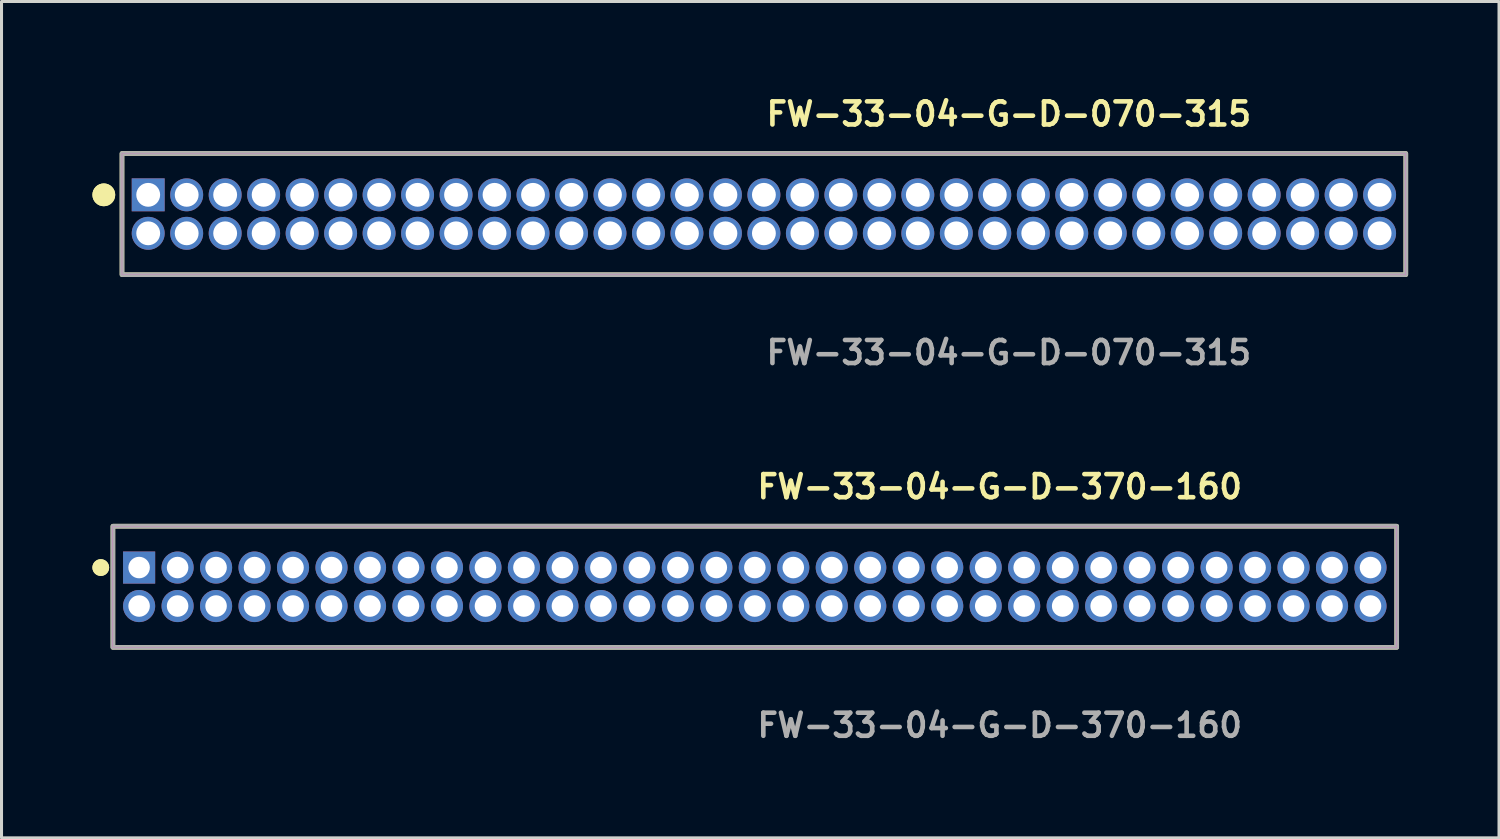
<source format=kicad_pcb>
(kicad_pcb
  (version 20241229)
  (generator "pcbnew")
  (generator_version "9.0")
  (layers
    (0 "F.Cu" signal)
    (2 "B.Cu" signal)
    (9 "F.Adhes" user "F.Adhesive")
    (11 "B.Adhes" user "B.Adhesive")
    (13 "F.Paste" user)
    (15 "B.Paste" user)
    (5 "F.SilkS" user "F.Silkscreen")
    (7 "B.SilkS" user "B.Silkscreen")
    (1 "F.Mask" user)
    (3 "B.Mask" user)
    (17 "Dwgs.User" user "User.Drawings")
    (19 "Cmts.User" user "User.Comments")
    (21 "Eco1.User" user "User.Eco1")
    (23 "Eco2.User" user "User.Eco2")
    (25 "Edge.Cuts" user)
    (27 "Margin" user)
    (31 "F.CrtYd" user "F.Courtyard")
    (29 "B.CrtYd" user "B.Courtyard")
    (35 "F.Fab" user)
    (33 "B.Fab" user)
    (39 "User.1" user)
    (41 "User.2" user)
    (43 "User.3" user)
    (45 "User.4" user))
  (footprint "FW-33-04-G-D-370-160"
    (layer "F.Cu")
    (at 21.861 16.316)
    (property "Reference" "FW-33-04-G-D-370-160" (at 0 -3.302 0) (unlocked yes) (layer "F.SilkS") (effects (font (size 0.762 0.762) (thickness 0.152)) (justify left)))
    (fp_rect (start -21.185 2) (end 21.185 -2) (stroke (width 0.152) (type solid)) (fill no) (layer "F.SilkS"))
    (fp_circle (center -21.585 -0.635) (end -21.785 -0.635) (stroke (width 0.152) (type solid)) (fill yes) (layer "F.SilkS"))
    (fp_circle (center -21.585 -0.635) (end -21.785 -0.635) (stroke (width 0.152) (type solid)) (fill yes) (layer "F.SilkS"))
    (fp_rect (start -21.185 2) (end 21.185 -2) (stroke (width 0.006) (type solid)) (fill no) (layer "F.CrtYd"))
    (fp_rect (start -21.185 2) (end 21.185 -2) (stroke (width 0.152) (type solid)) (fill no) (layer "F.Fab"))
    (fp_text user "${REFERENCE}" (at 0 4.572 0) (unlocked yes) (layer "F.Fab") (effects (font (size 0.762 0.762) (thickness 0.152)) (justify left)))
    (pad "1" thru_hole rect (at -20.32 -0.635) (size 1.06 1.06) (drill 0.71) (layers "*.Cu" "*.Mask"))
    (pad "2" thru_hole circle (at -20.32 0.635) (size 1.06 1.06) (drill 0.71) (layers "*.Cu" "*.Mask"))
    (pad "3" thru_hole circle (at -19.05 -0.635) (size 1.06 1.06) (drill 0.71) (layers "*.Cu" "*.Mask"))
    (pad "4" thru_hole circle (at -19.05 0.635) (size 1.06 1.06) (drill 0.71) (layers "*.Cu" "*.Mask"))
    (pad "5" thru_hole circle (at -17.78 -0.635) (size 1.06 1.06) (drill 0.71) (layers "*.Cu" "*.Mask"))
    (pad "6" thru_hole circle (at -17.78 0.635) (size 1.06 1.06) (drill 0.71) (layers "*.Cu" "*.Mask"))
    (pad "7" thru_hole circle (at -16.51 -0.635) (size 1.06 1.06) (drill 0.71) (layers "*.Cu" "*.Mask"))
    (pad "8" thru_hole circle (at -16.51 0.635) (size 1.06 1.06) (drill 0.71) (layers "*.Cu" "*.Mask"))
    (pad "9" thru_hole circle (at -15.24 -0.635) (size 1.06 1.06) (drill 0.71) (layers "*.Cu" "*.Mask"))
    (pad "10" thru_hole circle (at -15.24 0.635) (size 1.06 1.06) (drill 0.71) (layers "*.Cu" "*.Mask"))
    (pad "11" thru_hole circle (at -13.97 -0.635) (size 1.06 1.06) (drill 0.71) (layers "*.Cu" "*.Mask"))
    (pad "12" thru_hole circle (at -13.97 0.635) (size 1.06 1.06) (drill 0.71) (layers "*.Cu" "*.Mask"))
    (pad "13" thru_hole circle (at -12.7 -0.635) (size 1.06 1.06) (drill 0.71) (layers "*.Cu" "*.Mask"))
    (pad "14" thru_hole circle (at -12.7 0.635) (size 1.06 1.06) (drill 0.71) (layers "*.Cu" "*.Mask"))
    (pad "15" thru_hole circle (at -11.43 -0.635) (size 1.06 1.06) (drill 0.71) (layers "*.Cu" "*.Mask"))
    (pad "16" thru_hole circle (at -11.43 0.635) (size 1.06 1.06) (drill 0.71) (layers "*.Cu" "*.Mask"))
    (pad "17" thru_hole circle (at -10.16 -0.635) (size 1.06 1.06) (drill 0.71) (layers "*.Cu" "*.Mask"))
    (pad "18" thru_hole circle (at -10.16 0.635) (size 1.06 1.06) (drill 0.71) (layers "*.Cu" "*.Mask"))
    (pad "19" thru_hole circle (at -8.89 -0.635) (size 1.06 1.06) (drill 0.71) (layers "*.Cu" "*.Mask"))
    (pad "20" thru_hole circle (at -8.89 0.635) (size 1.06 1.06) (drill 0.71) (layers "*.Cu" "*.Mask"))
    (pad "21" thru_hole circle (at -7.62 -0.635) (size 1.06 1.06) (drill 0.71) (layers "*.Cu" "*.Mask"))
    (pad "22" thru_hole circle (at -7.62 0.635) (size 1.06 1.06) (drill 0.71) (layers "*.Cu" "*.Mask"))
    (pad "23" thru_hole circle (at -6.35 -0.635) (size 1.06 1.06) (drill 0.71) (layers "*.Cu" "*.Mask"))
    (pad "24" thru_hole circle (at -6.35 0.635) (size 1.06 1.06) (drill 0.71) (layers "*.Cu" "*.Mask"))
    (pad "25" thru_hole circle (at -5.08 -0.635) (size 1.06 1.06) (drill 0.71) (layers "*.Cu" "*.Mask"))
    (pad "26" thru_hole circle (at -5.08 0.635) (size 1.06 1.06) (drill 0.71) (layers "*.Cu" "*.Mask"))
    (pad "27" thru_hole circle (at -3.81 -0.635) (size 1.06 1.06) (drill 0.71) (layers "*.Cu" "*.Mask"))
    (pad "28" thru_hole circle (at -3.81 0.635) (size 1.06 1.06) (drill 0.71) (layers "*.Cu" "*.Mask"))
    (pad "29" thru_hole circle (at -2.54 -0.635) (size 1.06 1.06) (drill 0.71) (layers "*.Cu" "*.Mask"))
    (pad "30" thru_hole circle (at -2.54 0.635) (size 1.06 1.06) (drill 0.71) (layers "*.Cu" "*.Mask"))
    (pad "31" thru_hole circle (at -1.27 -0.635) (size 1.06 1.06) (drill 0.71) (layers "*.Cu" "*.Mask"))
    (pad "32" thru_hole circle (at -1.27 0.635) (size 1.06 1.06) (drill 0.71) (layers "*.Cu" "*.Mask"))
    (pad "33" thru_hole circle (at 0 -0.635) (size 1.06 1.06) (drill 0.71) (layers "*.Cu" "*.Mask"))
    (pad "34" thru_hole circle (at 0 0.635) (size 1.06 1.06) (drill 0.71) (layers "*.Cu" "*.Mask"))
    (pad "35" thru_hole circle (at 1.27 -0.635) (size 1.06 1.06) (drill 0.71) (layers "*.Cu" "*.Mask"))
    (pad "36" thru_hole circle (at 1.27 0.635) (size 1.06 1.06) (drill 0.71) (layers "*.Cu" "*.Mask"))
    (pad "37" thru_hole circle (at 2.54 -0.635) (size 1.06 1.06) (drill 0.71) (layers "*.Cu" "*.Mask"))
    (pad "38" thru_hole circle (at 2.54 0.635) (size 1.06 1.06) (drill 0.71) (layers "*.Cu" "*.Mask"))
    (pad "39" thru_hole circle (at 3.81 -0.635) (size 1.06 1.06) (drill 0.71) (layers "*.Cu" "*.Mask"))
    (pad "40" thru_hole circle (at 3.81 0.635) (size 1.06 1.06) (drill 0.71) (layers "*.Cu" "*.Mask"))
    (pad "41" thru_hole circle (at 5.08 -0.635) (size 1.06 1.06) (drill 0.71) (layers "*.Cu" "*.Mask"))
    (pad "42" thru_hole circle (at 5.08 0.635) (size 1.06 1.06) (drill 0.71) (layers "*.Cu" "*.Mask"))
    (pad "43" thru_hole circle (at 6.35 -0.635) (size 1.06 1.06) (drill 0.71) (layers "*.Cu" "*.Mask"))
    (pad "44" thru_hole circle (at 6.35 0.635) (size 1.06 1.06) (drill 0.71) (layers "*.Cu" "*.Mask"))
    (pad "45" thru_hole circle (at 7.62 -0.635) (size 1.06 1.06) (drill 0.71) (layers "*.Cu" "*.Mask"))
    (pad "46" thru_hole circle (at 7.62 0.635) (size 1.06 1.06) (drill 0.71) (layers "*.Cu" "*.Mask"))
    (pad "47" thru_hole circle (at 8.89 -0.635) (size 1.06 1.06) (drill 0.71) (layers "*.Cu" "*.Mask"))
    (pad "48" thru_hole circle (at 8.89 0.635) (size 1.06 1.06) (drill 0.71) (layers "*.Cu" "*.Mask"))
    (pad "49" thru_hole circle (at 10.16 -0.635) (size 1.06 1.06) (drill 0.71) (layers "*.Cu" "*.Mask"))
    (pad "50" thru_hole circle (at 10.16 0.635) (size 1.06 1.06) (drill 0.71) (layers "*.Cu" "*.Mask"))
    (pad "51" thru_hole circle (at 11.43 -0.635) (size 1.06 1.06) (drill 0.71) (layers "*.Cu" "*.Mask"))
    (pad "52" thru_hole circle (at 11.43 0.635) (size 1.06 1.06) (drill 0.71) (layers "*.Cu" "*.Mask"))
    (pad "53" thru_hole circle (at 12.7 -0.635) (size 1.06 1.06) (drill 0.71) (layers "*.Cu" "*.Mask"))
    (pad "54" thru_hole circle (at 12.7 0.635) (size 1.06 1.06) (drill 0.71) (layers "*.Cu" "*.Mask"))
    (pad "55" thru_hole circle (at 13.97 -0.635) (size 1.06 1.06) (drill 0.71) (layers "*.Cu" "*.Mask"))
    (pad "56" thru_hole circle (at 13.97 0.635) (size 1.06 1.06) (drill 0.71) (layers "*.Cu" "*.Mask"))
    (pad "57" thru_hole circle (at 15.24 -0.635) (size 1.06 1.06) (drill 0.71) (layers "*.Cu" "*.Mask"))
    (pad "58" thru_hole circle (at 15.24 0.635) (size 1.06 1.06) (drill 0.71) (layers "*.Cu" "*.Mask"))
    (pad "59" thru_hole circle (at 16.51 -0.635) (size 1.06 1.06) (drill 0.71) (layers "*.Cu" "*.Mask"))
    (pad "60" thru_hole circle (at 16.51 0.635) (size 1.06 1.06) (drill 0.71) (layers "*.Cu" "*.Mask"))
    (pad "61" thru_hole circle (at 17.78 -0.635) (size 1.06 1.06) (drill 0.71) (layers "*.Cu" "*.Mask"))
    (pad "62" thru_hole circle (at 17.78 0.635) (size 1.06 1.06) (drill 0.71) (layers "*.Cu" "*.Mask"))
    (pad "63" thru_hole circle (at 19.05 -0.635) (size 1.06 1.06) (drill 0.71) (layers "*.Cu" "*.Mask"))
    (pad "64" thru_hole circle (at 19.05 0.635) (size 1.06 1.06) (drill 0.71) (layers "*.Cu" "*.Mask"))
    (pad "65" thru_hole circle (at 20.32 -0.635) (size 1.06 1.06) (drill 0.71) (layers "*.Cu" "*.Mask"))
    (pad "66" thru_hole circle (at 20.32 0.635) (size 1.06 1.06) (drill 0.71) (layers "*.Cu" "*.Mask")))
  (footprint "FW-33-04-G-D-070-315"
    (layer "F.Cu")
    (at 22.161 4.015)
    (property "Reference" "FW-33-04-G-D-070-315" (at 0 -3.302 0) (unlocked yes) (layer "F.SilkS") (effects (font (size 0.762 0.762) (thickness 0.152)) (justify left)))
    (fp_rect (start -21.185 2) (end 21.185 -2) (stroke (width 0.152) (type solid)) (fill no) (layer "F.SilkS"))
    (fp_circle (center -21.785 -0.635) (end -22.085 -0.635) (stroke (width 0.152) (type solid)) (fill yes) (layer "F.SilkS"))
    (fp_circle (center -21.785 -0.635) (end -22.085 -0.635) (stroke (width 0.152) (type solid)) (fill yes) (layer "F.SilkS"))
    (fp_rect (start -21.185 2) (end 21.185 -2) (stroke (width 0.006) (type solid)) (fill no) (layer "F.CrtYd"))
    (fp_rect (start -21.185 2) (end 21.185 -2) (stroke (width 0.152) (type solid)) (fill no) (layer "F.Fab"))
    (fp_text user "${REFERENCE}" (at 0 4.572 0) (unlocked yes) (layer "F.Fab") (effects (font (size 0.762 0.762) (thickness 0.152)) (justify left)))
    (pad "1" thru_hole rect (at -20.32 -0.635) (size 1.087 1.087) (drill 0.787) (layers "*.Cu" "*.Mask"))
    (pad "2" thru_hole circle (at -20.32 0.635) (size 1.087 1.087) (drill 0.787) (layers "*.Cu" "*.Mask"))
    (pad "3" thru_hole circle (at -19.05 -0.635) (size 1.087 1.087) (drill 0.787) (layers "*.Cu" "*.Mask"))
    (pad "4" thru_hole circle (at -19.05 0.635) (size 1.087 1.087) (drill 0.787) (layers "*.Cu" "*.Mask"))
    (pad "5" thru_hole circle (at -17.78 -0.635) (size 1.087 1.087) (drill 0.787) (layers "*.Cu" "*.Mask"))
    (pad "6" thru_hole circle (at -17.78 0.635) (size 1.087 1.087) (drill 0.787) (layers "*.Cu" "*.Mask"))
    (pad "7" thru_hole circle (at -16.51 -0.635) (size 1.087 1.087) (drill 0.787) (layers "*.Cu" "*.Mask"))
    (pad "8" thru_hole circle (at -16.51 0.635) (size 1.087 1.087) (drill 0.787) (layers "*.Cu" "*.Mask"))
    (pad "9" thru_hole circle (at -15.24 -0.635) (size 1.087 1.087) (drill 0.787) (layers "*.Cu" "*.Mask"))
    (pad "10" thru_hole circle (at -15.24 0.635) (size 1.087 1.087) (drill 0.787) (layers "*.Cu" "*.Mask"))
    (pad "11" thru_hole circle (at -13.97 -0.635) (size 1.087 1.087) (drill 0.787) (layers "*.Cu" "*.Mask"))
    (pad "12" thru_hole circle (at -13.97 0.635) (size 1.087 1.087) (drill 0.787) (layers "*.Cu" "*.Mask"))
    (pad "13" thru_hole circle (at -12.7 -0.635) (size 1.087 1.087) (drill 0.787) (layers "*.Cu" "*.Mask"))
    (pad "14" thru_hole circle (at -12.7 0.635) (size 1.087 1.087) (drill 0.787) (layers "*.Cu" "*.Mask"))
    (pad "15" thru_hole circle (at -11.43 -0.635) (size 1.087 1.087) (drill 0.787) (layers "*.Cu" "*.Mask"))
    (pad "16" thru_hole circle (at -11.43 0.635) (size 1.087 1.087) (drill 0.787) (layers "*.Cu" "*.Mask"))
    (pad "17" thru_hole circle (at -10.16 -0.635) (size 1.087 1.087) (drill 0.787) (layers "*.Cu" "*.Mask"))
    (pad "18" thru_hole circle (at -10.16 0.635) (size 1.087 1.087) (drill 0.787) (layers "*.Cu" "*.Mask"))
    (pad "19" thru_hole circle (at -8.89 -0.635) (size 1.087 1.087) (drill 0.787) (layers "*.Cu" "*.Mask"))
    (pad "20" thru_hole circle (at -8.89 0.635) (size 1.087 1.087) (drill 0.787) (layers "*.Cu" "*.Mask"))
    (pad "21" thru_hole circle (at -7.62 -0.635) (size 1.087 1.087) (drill 0.787) (layers "*.Cu" "*.Mask"))
    (pad "22" thru_hole circle (at -7.62 0.635) (size 1.087 1.087) (drill 0.787) (layers "*.Cu" "*.Mask"))
    (pad "23" thru_hole circle (at -6.35 -0.635) (size 1.087 1.087) (drill 0.787) (layers "*.Cu" "*.Mask"))
    (pad "24" thru_hole circle (at -6.35 0.635) (size 1.087 1.087) (drill 0.787) (layers "*.Cu" "*.Mask"))
    (pad "25" thru_hole circle (at -5.08 -0.635) (size 1.087 1.087) (drill 0.787) (layers "*.Cu" "*.Mask"))
    (pad "26" thru_hole circle (at -5.08 0.635) (size 1.087 1.087) (drill 0.787) (layers "*.Cu" "*.Mask"))
    (pad "27" thru_hole circle (at -3.81 -0.635) (size 1.087 1.087) (drill 0.787) (layers "*.Cu" "*.Mask"))
    (pad "28" thru_hole circle (at -3.81 0.635) (size 1.087 1.087) (drill 0.787) (layers "*.Cu" "*.Mask"))
    (pad "29" thru_hole circle (at -2.54 -0.635) (size 1.087 1.087) (drill 0.787) (layers "*.Cu" "*.Mask"))
    (pad "30" thru_hole circle (at -2.54 0.635) (size 1.087 1.087) (drill 0.787) (layers "*.Cu" "*.Mask"))
    (pad "31" thru_hole circle (at -1.27 -0.635) (size 1.087 1.087) (drill 0.787) (layers "*.Cu" "*.Mask"))
    (pad "32" thru_hole circle (at -1.27 0.635) (size 1.087 1.087) (drill 0.787) (layers "*.Cu" "*.Mask"))
    (pad "33" thru_hole circle (at 0 -0.635) (size 1.087 1.087) (drill 0.787) (layers "*.Cu" "*.Mask"))
    (pad "34" thru_hole circle (at 0 0.635) (size 1.087 1.087) (drill 0.787) (layers "*.Cu" "*.Mask"))
    (pad "35" thru_hole circle (at 1.27 -0.635) (size 1.087 1.087) (drill 0.787) (layers "*.Cu" "*.Mask"))
    (pad "36" thru_hole circle (at 1.27 0.635) (size 1.087 1.087) (drill 0.787) (layers "*.Cu" "*.Mask"))
    (pad "37" thru_hole circle (at 2.54 -0.635) (size 1.087 1.087) (drill 0.787) (layers "*.Cu" "*.Mask"))
    (pad "38" thru_hole circle (at 2.54 0.635) (size 1.087 1.087) (drill 0.787) (layers "*.Cu" "*.Mask"))
    (pad "39" thru_hole circle (at 3.81 -0.635) (size 1.087 1.087) (drill 0.787) (layers "*.Cu" "*.Mask"))
    (pad "40" thru_hole circle (at 3.81 0.635) (size 1.087 1.087) (drill 0.787) (layers "*.Cu" "*.Mask"))
    (pad "41" thru_hole circle (at 5.08 -0.635) (size 1.087 1.087) (drill 0.787) (layers "*.Cu" "*.Mask"))
    (pad "42" thru_hole circle (at 5.08 0.635) (size 1.087 1.087) (drill 0.787) (layers "*.Cu" "*.Mask"))
    (pad "43" thru_hole circle (at 6.35 -0.635) (size 1.087 1.087) (drill 0.787) (layers "*.Cu" "*.Mask"))
    (pad "44" thru_hole circle (at 6.35 0.635) (size 1.087 1.087) (drill 0.787) (layers "*.Cu" "*.Mask"))
    (pad "45" thru_hole circle (at 7.62 -0.635) (size 1.087 1.087) (drill 0.787) (layers "*.Cu" "*.Mask"))
    (pad "46" thru_hole circle (at 7.62 0.635) (size 1.087 1.087) (drill 0.787) (layers "*.Cu" "*.Mask"))
    (pad "47" thru_hole circle (at 8.89 -0.635) (size 1.087 1.087) (drill 0.787) (layers "*.Cu" "*.Mask"))
    (pad "48" thru_hole circle (at 8.89 0.635) (size 1.087 1.087) (drill 0.787) (layers "*.Cu" "*.Mask"))
    (pad "49" thru_hole circle (at 10.16 -0.635) (size 1.087 1.087) (drill 0.787) (layers "*.Cu" "*.Mask"))
    (pad "50" thru_hole circle (at 10.16 0.635) (size 1.087 1.087) (drill 0.787) (layers "*.Cu" "*.Mask"))
    (pad "51" thru_hole circle (at 11.43 -0.635) (size 1.087 1.087) (drill 0.787) (layers "*.Cu" "*.Mask"))
    (pad "52" thru_hole circle (at 11.43 0.635) (size 1.087 1.087) (drill 0.787) (layers "*.Cu" "*.Mask"))
    (pad "53" thru_hole circle (at 12.7 -0.635) (size 1.087 1.087) (drill 0.787) (layers "*.Cu" "*.Mask"))
    (pad "54" thru_hole circle (at 12.7 0.635) (size 1.087 1.087) (drill 0.787) (layers "*.Cu" "*.Mask"))
    (pad "55" thru_hole circle (at 13.97 -0.635) (size 1.087 1.087) (drill 0.787) (layers "*.Cu" "*.Mask"))
    (pad "56" thru_hole circle (at 13.97 0.635) (size 1.087 1.087) (drill 0.787) (layers "*.Cu" "*.Mask"))
    (pad "57" thru_hole circle (at 15.24 -0.635) (size 1.087 1.087) (drill 0.787) (layers "*.Cu" "*.Mask"))
    (pad "58" thru_hole circle (at 15.24 0.635) (size 1.087 1.087) (drill 0.787) (layers "*.Cu" "*.Mask"))
    (pad "59" thru_hole circle (at 16.51 -0.635) (size 1.087 1.087) (drill 0.787) (layers "*.Cu" "*.Mask"))
    (pad "60" thru_hole circle (at 16.51 0.635) (size 1.087 1.087) (drill 0.787) (layers "*.Cu" "*.Mask"))
    (pad "61" thru_hole circle (at 17.78 -0.635) (size 1.087 1.087) (drill 0.787) (layers "*.Cu" "*.Mask"))
    (pad "62" thru_hole circle (at 17.78 0.635) (size 1.087 1.087) (drill 0.787) (layers "*.Cu" "*.Mask"))
    (pad "63" thru_hole circle (at 19.05 -0.635) (size 1.087 1.087) (drill 0.787) (layers "*.Cu" "*.Mask"))
    (pad "64" thru_hole circle (at 19.05 0.635) (size 1.087 1.087) (drill 0.787) (layers "*.Cu" "*.Mask"))
    (pad "65" thru_hole circle (at 20.32 -0.635) (size 1.087 1.087) (drill 0.787) (layers "*.Cu" "*.Mask"))
    (pad "66" thru_hole circle (at 20.32 0.635) (size 1.087 1.087) (drill 0.787) (layers "*.Cu" "*.Mask")))
  (gr_rect
    (start -3 -3)
    (end 46.422 24.601)
    (stroke (width 0.1) (type default))
    (fill no)
    (layer "Edge.Cuts")))
</source>
